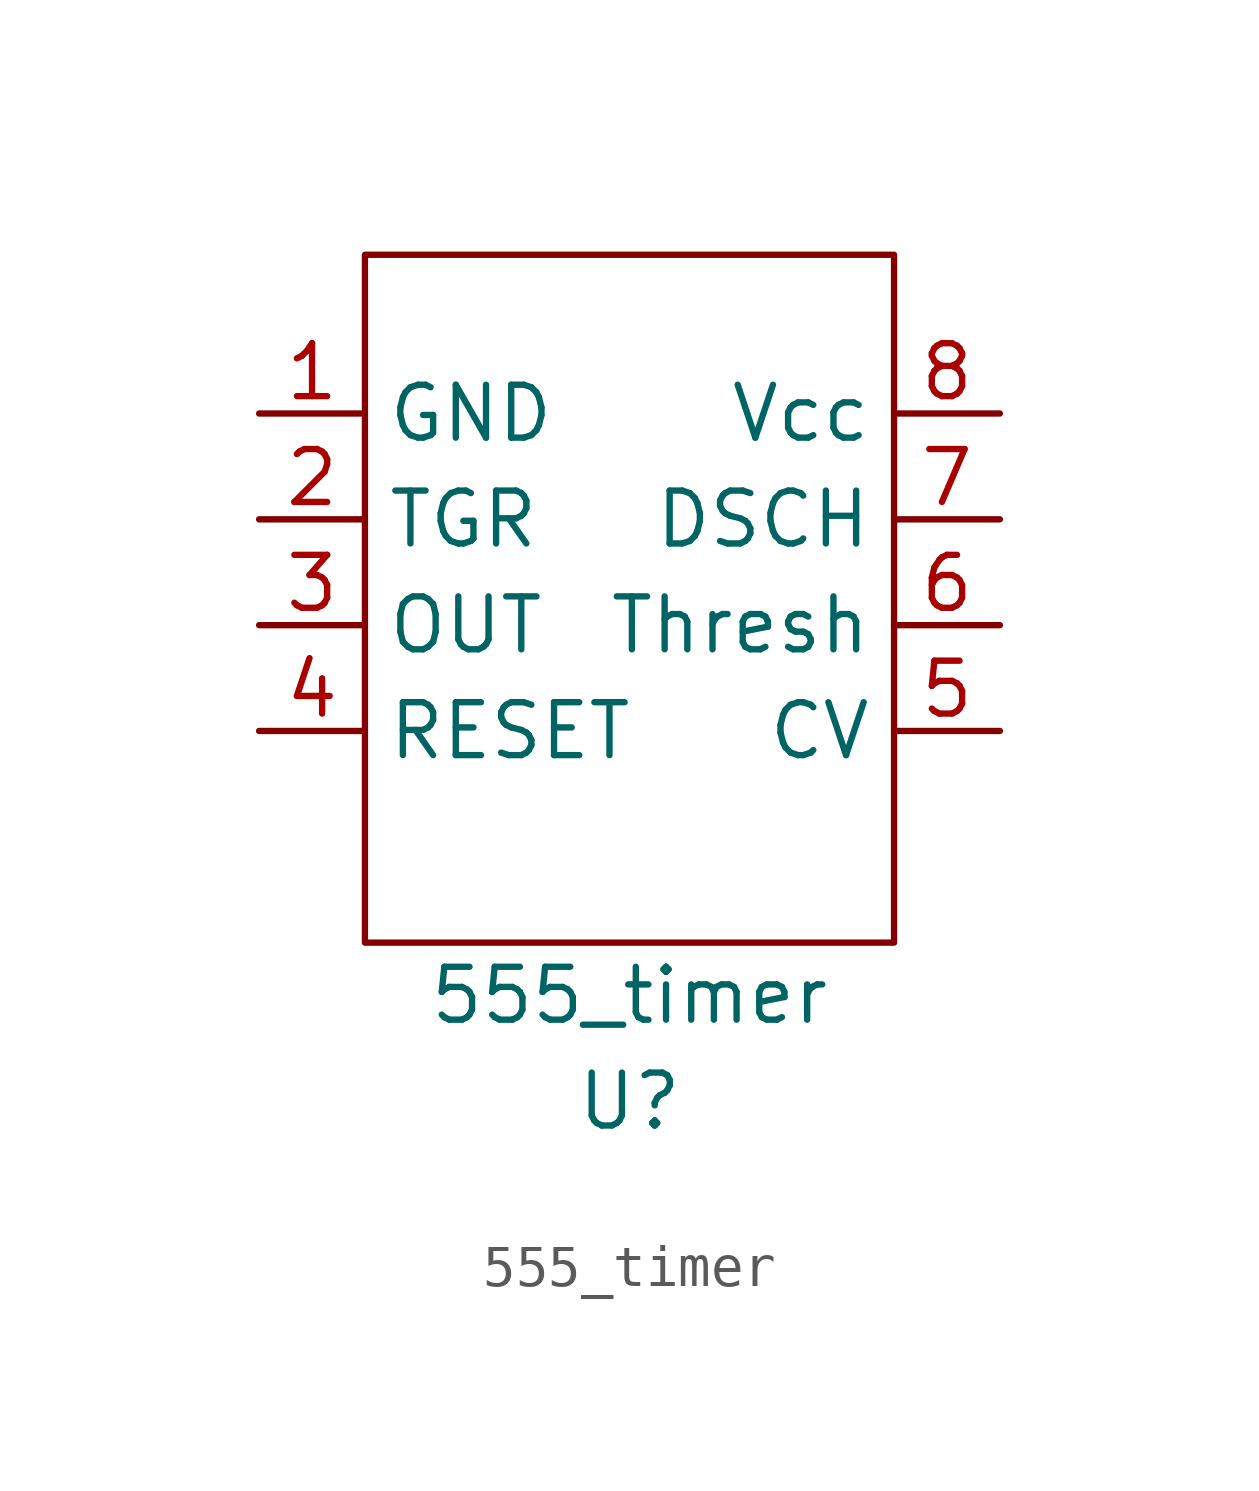
<source format=kicad_sym>
(kicad_symbol_lib
  (version 20211014)
  (generator kicad_symbol_editor)
  (symbol "555_timer"
    (property "Reference" "U"
      (at -3.81 -8.89 0)
      (effects (font (size 1.27 1.27))))
    (property "Value" "555_timer"
      (at -3.81 -6.35 0)
      (effects (font (size 1.27 1.27))))
    (symbol "555_timer_0_1"
      (rectangle (start -10.16 11.43) (end 2.54 -5.08) (stroke (width 0) (type default) (color 0 0 0 0)) (fill (type none))))
    (symbol "555_timer_1_1"
      (pin input line (at -12.7 7.62 0) (length 2.54) (name "GND" (effects (font (size 1.27 1.27)))) (number "1" (effects (font (size 1.27 1.27)))))
      (pin input line (at -12.7 5.08 0) (length 2.54) (name "TGR" (effects (font (size 1.27 1.27)))) (number "2" (effects (font (size 1.27 1.27)))))
      (pin input line (at -12.7 2.54 0) (length 2.54) (name "OUT" (effects (font (size 1.27 1.27)))) (number "3" (effects (font (size 1.27 1.27)))))
      (pin input line (at -12.7 0 0) (length 2.54) (name "RESET" (effects (font (size 1.27 1.27)))) (number "4" (effects (font (size 1.27 1.27)))))
      (pin input line (at 5.08 0 180) (length 2.54) (name "CV" (effects (font (size 1.27 1.27)))) (number "5" (effects (font (size 1.27 1.27)))))
      (pin input line (at 5.08 2.54 180) (length 2.54) (name "Thresh" (effects (font (size 1.27 1.27)))) (number "6" (effects (font (size 1.27 1.27)))))
      (pin input line (at 5.08 5.08 180) (length 2.54) (name "DSCH" (effects (font (size 1.27 1.27)))) (number "7" (effects (font (size 1.27 1.27)))))
      (pin input line (at 5.08 7.62 180) (length 2.54) (name "Vcc" (effects (font (size 1.27 1.27)))) (number "8" (effects (font (size 1.27 1.27))))))))
</source>
